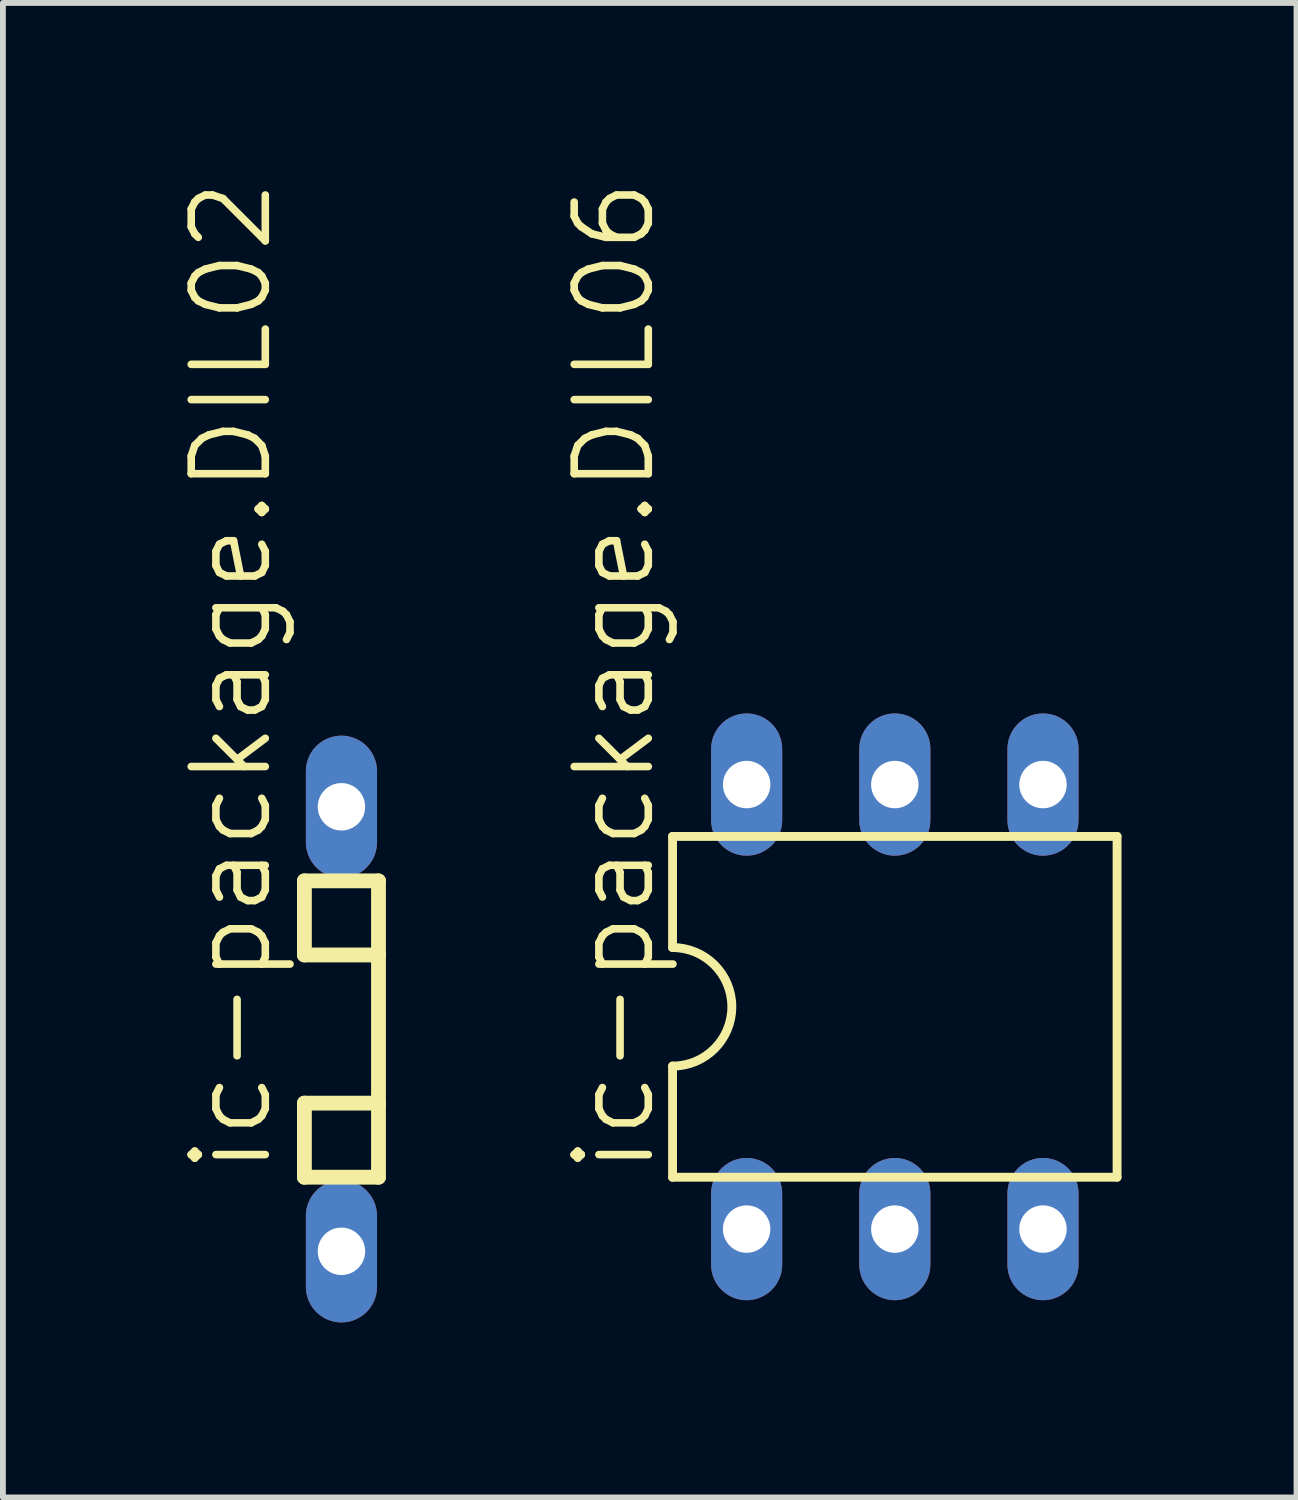
<source format=kicad_pcb>
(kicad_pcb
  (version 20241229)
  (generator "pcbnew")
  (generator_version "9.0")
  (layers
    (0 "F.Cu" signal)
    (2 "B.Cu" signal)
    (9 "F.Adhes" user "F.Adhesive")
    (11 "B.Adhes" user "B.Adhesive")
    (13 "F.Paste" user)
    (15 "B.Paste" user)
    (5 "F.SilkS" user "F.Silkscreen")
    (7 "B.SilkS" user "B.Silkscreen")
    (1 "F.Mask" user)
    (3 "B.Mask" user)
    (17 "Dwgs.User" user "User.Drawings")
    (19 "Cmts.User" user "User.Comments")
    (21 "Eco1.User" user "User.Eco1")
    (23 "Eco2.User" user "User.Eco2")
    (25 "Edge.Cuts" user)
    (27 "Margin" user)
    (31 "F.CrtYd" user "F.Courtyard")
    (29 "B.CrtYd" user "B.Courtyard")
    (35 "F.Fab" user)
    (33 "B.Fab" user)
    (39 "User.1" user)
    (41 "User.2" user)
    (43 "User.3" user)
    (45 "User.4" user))
  (footprint "ic-package.DIL06"
    (layer "F.Cu")
    (at 12.289 14.209)
    (property "Reference" "ic-package.DIL06" (at -4.064 2.921 90) (layer "F.SilkS") (effects (font (size 1.27 1.27) (thickness 0.13)) (justify left bottom)))
    (attr through_hole)
    (fp_line (start -3.81 -2.921) (end -3.81 -1.016) (stroke (width 0.152) (type default)) (layer "F.SilkS"))
    (fp_line (start -3.81 2.921) (end -3.81 1.016) (stroke (width 0.152) (type default)) (layer "F.SilkS"))
    (fp_line (start -3.81 2.921) (end 3.81 2.921) (stroke (width 0.152) (type default)) (layer "F.SilkS"))
    (fp_line (start 3.81 -2.921) (end -3.81 -2.921) (stroke (width 0.152) (type default)) (layer "F.SilkS"))
    (fp_line (start 3.81 -2.921) (end 3.81 2.921) (stroke (width 0.152) (type default)) (layer "F.SilkS"))
    (fp_arc (start -3.81 -1.016) (mid -2.794 0) (end -3.81 1.016) (stroke (width 0.1524) (type default)) (layer "F.SilkS"))
    (pad "1" thru_hole oval (at -2.54 3.81 90) (size 2.438 1.219) (drill 0.813) (layers "*.Cu" "*.Mask"))
    (pad "2" thru_hole oval (at 0 3.81 90) (size 2.438 1.219) (drill 0.813) (layers "*.Cu" "*.Mask"))
    (pad "3" thru_hole oval (at 2.54 3.81 90) (size 2.438 1.219) (drill 0.813) (layers "*.Cu" "*.Mask"))
    (pad "4" thru_hole oval (at 2.54 -3.81 90) (size 2.438 1.219) (drill 0.813) (layers "*.Cu" "*.Mask"))
    (pad "5" thru_hole oval (at 0 -3.81 90) (size 2.438 1.219) (drill 0.813) (layers "*.Cu" "*.Mask"))
    (pad "6" thru_hole oval (at -2.54 -3.81 90) (size 2.438 1.219) (drill 0.813) (layers "*.Cu" "*.Mask")))
  (footprint "ic-package.DIL02"
    (layer "F.Cu")
    (at 2.803 14.59)
    (property "Reference" "ic-package.DIL02" (at -1.143 2.54 90) (layer "F.SilkS") (effects (font (size 1.27 1.27) (thickness 0.13)) (justify left bottom)))
    (attr through_hole)
    (fp_line (start -0.635 -2.54) (end -0.635 -1.27) (stroke (width 0.254) (type default)) (layer "F.SilkS"))
    (fp_line (start -0.635 -1.27) (end 0.635 -1.27) (stroke (width 0.254) (type default)) (layer "F.SilkS"))
    (fp_line (start -0.635 1.27) (end -0.635 2.54) (stroke (width 0.254) (type default)) (layer "F.SilkS"))
    (fp_line (start -0.635 2.54) (end 0.635 2.54) (stroke (width 0.254) (type default)) (layer "F.SilkS"))
    (fp_line (start 0.635 -2.54) (end -0.635 -2.54) (stroke (width 0.254) (type default)) (layer "F.SilkS"))
    (fp_line (start 0.635 -1.27) (end 0.635 -2.54) (stroke (width 0.254) (type default)) (layer "F.SilkS"))
    (fp_line (start 0.635 1.27) (end -0.635 1.27) (stroke (width 0.254) (type default)) (layer "F.SilkS"))
    (fp_line (start 0.635 1.27) (end 0.635 -1.27) (stroke (width 0.254) (type default)) (layer "F.SilkS"))
    (fp_line (start 0.635 2.54) (end 0.635 1.27) (stroke (width 0.254) (type default)) (layer "F.SilkS"))
    (pad "1" thru_hole oval (at 0 3.81 90) (size 2.438 1.219) (drill 0.813) (layers "*.Cu" "*.Mask"))
    (pad "2" thru_hole oval (at 0 -3.81 90) (size 2.438 1.219) (drill 0.813) (layers "*.Cu" "*.Mask")))
  (gr_rect
    (start -3 -3)
    (end 19.175 22.619)
    (stroke (width 0.1) (type default))
    (fill no)
    (layer "Edge.Cuts")))
</source>
